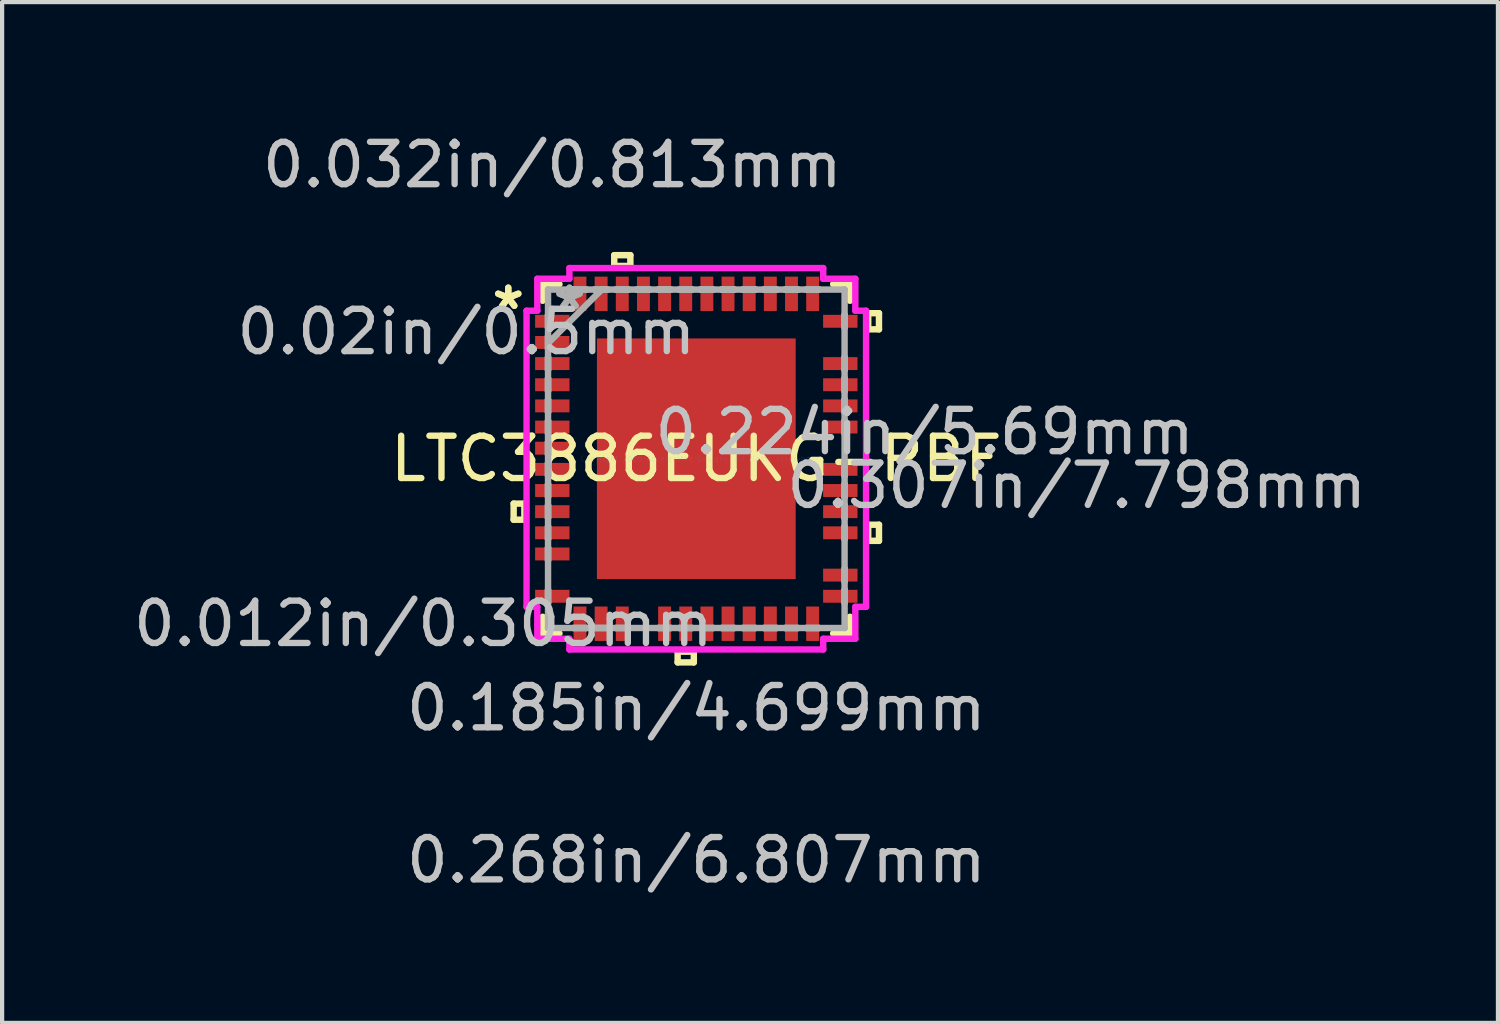
<source format=kicad_pcb>
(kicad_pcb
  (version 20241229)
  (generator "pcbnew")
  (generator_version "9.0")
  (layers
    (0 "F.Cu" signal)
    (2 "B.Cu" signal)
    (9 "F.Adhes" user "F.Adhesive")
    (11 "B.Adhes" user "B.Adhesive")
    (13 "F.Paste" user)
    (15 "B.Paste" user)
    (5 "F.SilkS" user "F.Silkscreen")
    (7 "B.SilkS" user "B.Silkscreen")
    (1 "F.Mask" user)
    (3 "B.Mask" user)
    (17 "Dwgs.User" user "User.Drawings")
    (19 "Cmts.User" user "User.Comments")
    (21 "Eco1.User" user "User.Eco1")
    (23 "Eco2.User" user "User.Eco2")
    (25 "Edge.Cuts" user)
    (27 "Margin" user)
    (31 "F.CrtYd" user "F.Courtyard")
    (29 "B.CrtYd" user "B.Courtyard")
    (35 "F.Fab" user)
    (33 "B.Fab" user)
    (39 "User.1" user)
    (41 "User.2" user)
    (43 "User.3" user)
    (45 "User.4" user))
  (footprint "LTC3886EUKG-PBF"
    (layer "F.Cu")
    (at 13.41 7.795)
    (property "Reference" "LTC3886EUKG-PBF" (at 0 0 0) (layer "F.SilkS") (effects (font (size 1 1) (thickness 0.15))))
    (attr through_hole)
    (fp_line (start -4.318 1.06) (end -4.318 1.44) (stroke (width 0.152) (type solid)) (layer "F.SilkS"))
    (fp_line (start -4.318 1.44) (end -4.064 1.44) (stroke (width 0.152) (type solid)) (layer "F.SilkS"))
    (fp_line (start -4.064 1.06) (end -4.318 1.06) (stroke (width 0.152) (type solid)) (layer "F.SilkS"))
    (fp_line (start -4.064 1.44) (end -4.064 1.06) (stroke (width 0.152) (type solid)) (layer "F.SilkS"))
    (fp_line (start -3.632 -4.128) (end -3.632 -3.735) (stroke (width 0.152) (type solid)) (layer "F.SilkS"))
    (fp_line (start -3.632 3.735) (end -3.632 4.128) (stroke (width 0.152) (type solid)) (layer "F.SilkS"))
    (fp_line (start -3.632 4.128) (end -3.235 4.128) (stroke (width 0.152) (type solid)) (layer "F.SilkS"))
    (fp_line (start -3.235 -4.128) (end -3.632 -4.128) (stroke (width 0.152) (type solid)) (layer "F.SilkS"))
    (fp_line (start -1.94 -4.813) (end -1.559 -4.813) (stroke (width 0.152) (type solid)) (layer "F.SilkS"))
    (fp_line (start -1.94 -4.559) (end -1.94 -4.813) (stroke (width 0.152) (type solid)) (layer "F.SilkS"))
    (fp_line (start -1.559 -4.813) (end -1.559 -4.559) (stroke (width 0.152) (type solid)) (layer "F.SilkS"))
    (fp_line (start -1.559 -4.559) (end -1.94 -4.559) (stroke (width 0.152) (type solid)) (layer "F.SilkS"))
    (fp_line (start -0.441 4.559) (end -0.441 4.813) (stroke (width 0.152) (type solid)) (layer "F.SilkS"))
    (fp_line (start -0.441 4.813) (end -0.059 4.813) (stroke (width 0.152) (type solid)) (layer "F.SilkS"))
    (fp_line (start -0.059 4.559) (end -0.441 4.559) (stroke (width 0.152) (type solid)) (layer "F.SilkS"))
    (fp_line (start -0.059 4.813) (end -0.059 4.559) (stroke (width 0.152) (type solid)) (layer "F.SilkS"))
    (fp_line (start 3.235 4.128) (end 3.632 4.128) (stroke (width 0.152) (type solid)) (layer "F.SilkS"))
    (fp_line (start 3.632 -4.128) (end 3.235 -4.128) (stroke (width 0.152) (type solid)) (layer "F.SilkS"))
    (fp_line (start 3.632 -3.735) (end 3.632 -4.128) (stroke (width 0.152) (type solid)) (layer "F.SilkS"))
    (fp_line (start 3.632 4.128) (end 3.632 3.735) (stroke (width 0.152) (type solid)) (layer "F.SilkS"))
    (fp_line (start 4.064 -3.441) (end 4.318 -3.441) (stroke (width 0.152) (type solid)) (layer "F.SilkS"))
    (fp_line (start 4.064 -3.06) (end 4.064 -3.441) (stroke (width 0.152) (type solid)) (layer "F.SilkS"))
    (fp_line (start 4.064 1.559) (end 4.318 1.559) (stroke (width 0.152) (type solid)) (layer "F.SilkS"))
    (fp_line (start 4.064 1.94) (end 4.064 1.559) (stroke (width 0.152) (type solid)) (layer "F.SilkS"))
    (fp_line (start 4.318 -3.441) (end 4.318 -3.06) (stroke (width 0.152) (type solid)) (layer "F.SilkS"))
    (fp_line (start 4.318 -3.06) (end 4.064 -3.06) (stroke (width 0.152) (type solid)) (layer "F.SilkS"))
    (fp_line (start 4.318 1.559) (end 4.318 1.94) (stroke (width 0.152) (type solid)) (layer "F.SilkS"))
    (fp_line (start 4.318 1.94) (end 4.064 1.94) (stroke (width 0.152) (type solid)) (layer "F.SilkS"))
    (fp_line (start -2.249 -2.745) (end -2.249 -1.522) (stroke (width 0.152) (type solid)) (layer "F.Paste"))
    (fp_line (start -2.249 -1.522) (end -0.883 -1.522) (stroke (width 0.152) (type solid)) (layer "F.Paste"))
    (fp_line (start -2.249 -1.322) (end -2.249 -0.1) (stroke (width 0.152) (type solid)) (layer "F.Paste"))
    (fp_line (start -2.249 -0.1) (end -0.883 -0.1) (stroke (width 0.152) (type solid)) (layer "F.Paste"))
    (fp_line (start -2.249 0.1) (end -2.249 1.322) (stroke (width 0.152) (type solid)) (layer "F.Paste"))
    (fp_line (start -2.249 1.322) (end -0.883 1.322) (stroke (width 0.152) (type solid)) (layer "F.Paste"))
    (fp_line (start -2.249 1.522) (end -2.249 2.745) (stroke (width 0.152) (type solid)) (layer "F.Paste"))
    (fp_line (start -2.249 2.745) (end -0.883 2.745) (stroke (width 0.152) (type solid)) (layer "F.Paste"))
    (fp_line (start -0.883 -2.745) (end -2.249 -2.745) (stroke (width 0.152) (type solid)) (layer "F.Paste"))
    (fp_line (start -0.883 -1.522) (end -0.883 -2.745) (stroke (width 0.152) (type solid)) (layer "F.Paste"))
    (fp_line (start -0.883 -1.322) (end -2.249 -1.322) (stroke (width 0.152) (type solid)) (layer "F.Paste"))
    (fp_line (start -0.883 -0.1) (end -0.883 -1.322) (stroke (width 0.152) (type solid)) (layer "F.Paste"))
    (fp_line (start -0.883 0.1) (end -2.249 0.1) (stroke (width 0.152) (type solid)) (layer "F.Paste"))
    (fp_line (start -0.883 1.322) (end -0.883 0.1) (stroke (width 0.152) (type solid)) (layer "F.Paste"))
    (fp_line (start -0.883 1.522) (end -2.249 1.522) (stroke (width 0.152) (type solid)) (layer "F.Paste"))
    (fp_line (start -0.883 2.745) (end -0.883 1.522) (stroke (width 0.152) (type solid)) (layer "F.Paste"))
    (fp_line (start -0.683 -2.745) (end -0.683 -1.522) (stroke (width 0.152) (type solid)) (layer "F.Paste"))
    (fp_line (start -0.683 -1.522) (end 0.683 -1.522) (stroke (width 0.152) (type solid)) (layer "F.Paste"))
    (fp_line (start -0.683 -1.322) (end -0.683 -0.1) (stroke (width 0.152) (type solid)) (layer "F.Paste"))
    (fp_line (start -0.683 -0.1) (end 0.683 -0.1) (stroke (width 0.152) (type solid)) (layer "F.Paste"))
    (fp_line (start -0.683 0.1) (end -0.683 1.322) (stroke (width 0.152) (type solid)) (layer "F.Paste"))
    (fp_line (start -0.683 1.322) (end 0.683 1.322) (stroke (width 0.152) (type solid)) (layer "F.Paste"))
    (fp_line (start -0.683 1.522) (end -0.683 2.745) (stroke (width 0.152) (type solid)) (layer "F.Paste"))
    (fp_line (start -0.683 2.745) (end 0.683 2.745) (stroke (width 0.152) (type solid)) (layer "F.Paste"))
    (fp_line (start 0.683 -2.745) (end -0.683 -2.745) (stroke (width 0.152) (type solid)) (layer "F.Paste"))
    (fp_line (start 0.683 -1.522) (end 0.683 -2.745) (stroke (width 0.152) (type solid)) (layer "F.Paste"))
    (fp_line (start 0.683 -1.322) (end -0.683 -1.322) (stroke (width 0.152) (type solid)) (layer "F.Paste"))
    (fp_line (start 0.683 -0.1) (end 0.683 -1.322) (stroke (width 0.152) (type solid)) (layer "F.Paste"))
    (fp_line (start 0.683 0.1) (end -0.683 0.1) (stroke (width 0.152) (type solid)) (layer "F.Paste"))
    (fp_line (start 0.683 1.322) (end 0.683 0.1) (stroke (width 0.152) (type solid)) (layer "F.Paste"))
    (fp_line (start 0.683 1.522) (end -0.683 1.522) (stroke (width 0.152) (type solid)) (layer "F.Paste"))
    (fp_line (start 0.683 2.745) (end 0.683 1.522) (stroke (width 0.152) (type solid)) (layer "F.Paste"))
    (fp_line (start 0.883 -2.745) (end 0.883 -1.522) (stroke (width 0.152) (type solid)) (layer "F.Paste"))
    (fp_line (start 0.883 -1.522) (end 2.249 -1.522) (stroke (width 0.152) (type solid)) (layer "F.Paste"))
    (fp_line (start 0.883 -1.322) (end 0.883 -0.1) (stroke (width 0.152) (type solid)) (layer "F.Paste"))
    (fp_line (start 0.883 -0.1) (end 2.249 -0.1) (stroke (width 0.152) (type solid)) (layer "F.Paste"))
    (fp_line (start 0.883 0.1) (end 0.883 1.322) (stroke (width 0.152) (type solid)) (layer "F.Paste"))
    (fp_line (start 0.883 1.322) (end 2.249 1.322) (stroke (width 0.152) (type solid)) (layer "F.Paste"))
    (fp_line (start 0.883 1.522) (end 0.883 2.745) (stroke (width 0.152) (type solid)) (layer "F.Paste"))
    (fp_line (start 0.883 2.745) (end 2.249 2.745) (stroke (width 0.152) (type solid)) (layer "F.Paste"))
    (fp_line (start 2.249 -2.745) (end 0.883 -2.745) (stroke (width 0.152) (type solid)) (layer "F.Paste"))
    (fp_line (start 2.249 -1.522) (end 2.249 -2.745) (stroke (width 0.152) (type solid)) (layer "F.Paste"))
    (fp_line (start 2.249 -1.322) (end 0.883 -1.322) (stroke (width 0.152) (type solid)) (layer "F.Paste"))
    (fp_line (start 2.249 -0.1) (end 2.249 -1.322) (stroke (width 0.152) (type solid)) (layer "F.Paste"))
    (fp_line (start 2.249 0.1) (end 0.883 0.1) (stroke (width 0.152) (type solid)) (layer "F.Paste"))
    (fp_line (start 2.249 1.322) (end 2.249 0.1) (stroke (width 0.152) (type solid)) (layer "F.Paste"))
    (fp_line (start 2.249 1.522) (end 0.883 1.522) (stroke (width 0.152) (type solid)) (layer "F.Paste"))
    (fp_line (start 2.249 2.745) (end 2.249 1.522) (stroke (width 0.152) (type solid)) (layer "F.Paste"))
    (fp_line (start -4.013 -3.5) (end -3.759 -3.5) (stroke (width 0.152) (type solid)) (layer "F.CrtYd"))
    (fp_line (start -4.013 3.5) (end -4.013 -3.5) (stroke (width 0.152) (type solid)) (layer "F.CrtYd"))
    (fp_line (start -3.759 -4.255) (end -3 -4.255) (stroke (width 0.152) (type solid)) (layer "F.CrtYd"))
    (fp_line (start -3.759 -3.5) (end -3.759 -4.255) (stroke (width 0.152) (type solid)) (layer "F.CrtYd"))
    (fp_line (start -3.759 3.5) (end -4.013 3.5) (stroke (width 0.152) (type solid)) (layer "F.CrtYd"))
    (fp_line (start -3.759 4.255) (end -3.759 3.5) (stroke (width 0.152) (type solid)) (layer "F.CrtYd"))
    (fp_line (start -3 -4.508) (end 3 -4.508) (stroke (width 0.152) (type solid)) (layer "F.CrtYd"))
    (fp_line (start -3 -4.255) (end -3 -4.508) (stroke (width 0.152) (type solid)) (layer "F.CrtYd"))
    (fp_line (start -3 4.255) (end -3.759 4.255) (stroke (width 0.152) (type solid)) (layer "F.CrtYd"))
    (fp_line (start -3 4.508) (end -3 4.255) (stroke (width 0.152) (type solid)) (layer "F.CrtYd"))
    (fp_line (start 3 -4.508) (end 3 -4.255) (stroke (width 0.152) (type solid)) (layer "F.CrtYd"))
    (fp_line (start 3 -4.255) (end 3.759 -4.255) (stroke (width 0.152) (type solid)) (layer "F.CrtYd"))
    (fp_line (start 3 4.255) (end 3 4.508) (stroke (width 0.152) (type solid)) (layer "F.CrtYd"))
    (fp_line (start 3 4.508) (end -3 4.508) (stroke (width 0.152) (type solid)) (layer "F.CrtYd"))
    (fp_line (start 3.759 -4.255) (end 3.759 -3.5) (stroke (width 0.152) (type solid)) (layer "F.CrtYd"))
    (fp_line (start 3.759 -3.5) (end 4.013 -3.5) (stroke (width 0.152) (type solid)) (layer "F.CrtYd"))
    (fp_line (start 3.759 3.5) (end 3.759 4.255) (stroke (width 0.152) (type solid)) (layer "F.CrtYd"))
    (fp_line (start 3.759 4.255) (end 3 4.255) (stroke (width 0.152) (type solid)) (layer "F.CrtYd"))
    (fp_line (start 4.013 -3.5) (end 4.013 3.5) (stroke (width 0.152) (type solid)) (layer "F.CrtYd"))
    (fp_line (start 4.013 3.5) (end 3.759 3.5) (stroke (width 0.152) (type solid)) (layer "F.CrtYd"))
    (fp_line (start -3.505 -4) (end -3.505 -4) (stroke (width 0.152) (type solid)) (layer "F.Fab"))
    (fp_line (start -3.505 -4) (end -3.505 4) (stroke (width 0.152) (type solid)) (layer "F.Fab"))
    (fp_line (start -3.505 -3.402) (end -3.505 -3.402) (stroke (width 0.152) (type solid)) (layer "F.Fab"))
    (fp_line (start -3.505 -3.402) (end -3.505 -3.098) (stroke (width 0.152) (type solid)) (layer "F.Fab"))
    (fp_line (start -3.505 -3.098) (end -3.505 -3.402) (stroke (width 0.152) (type solid)) (layer "F.Fab"))
    (fp_line (start -3.505 -3.098) (end -3.505 -3.098) (stroke (width 0.152) (type solid)) (layer "F.Fab"))
    (fp_line (start -3.505 -2.902) (end -3.505 -2.902) (stroke (width 0.152) (type solid)) (layer "F.Fab"))
    (fp_line (start -3.505 -2.902) (end -3.505 -2.598) (stroke (width 0.152) (type solid)) (layer "F.Fab"))
    (fp_line (start -3.505 -2.731) (end -2.235 -4) (stroke (width 0.152) (type solid)) (layer "F.Fab"))
    (fp_line (start -3.505 -2.598) (end -3.505 -2.902) (stroke (width 0.152) (type solid)) (layer "F.Fab"))
    (fp_line (start -3.505 -2.598) (end -3.505 -2.598) (stroke (width 0.152) (type solid)) (layer "F.Fab"))
    (fp_line (start -3.505 -2.402) (end -3.505 -2.402) (stroke (width 0.152) (type solid)) (layer "F.Fab"))
    (fp_line (start -3.505 -2.402) (end -3.505 -2.098) (stroke (width 0.152) (type solid)) (layer "F.Fab"))
    (fp_line (start -3.505 -2.098) (end -3.505 -2.402) (stroke (width 0.152) (type solid)) (layer "F.Fab"))
    (fp_line (start -3.505 -2.098) (end -3.505 -2.098) (stroke (width 0.152) (type solid)) (layer "F.Fab"))
    (fp_line (start -3.505 -1.902) (end -3.505 -1.902) (stroke (width 0.152) (type solid)) (layer "F.Fab"))
    (fp_line (start -3.505 -1.902) (end -3.505 -1.598) (stroke (width 0.152) (type solid)) (layer "F.Fab"))
    (fp_line (start -3.505 -1.598) (end -3.505 -1.902) (stroke (width 0.152) (type solid)) (layer "F.Fab"))
    (fp_line (start -3.505 -1.598) (end -3.505 -1.598) (stroke (width 0.152) (type solid)) (layer "F.Fab"))
    (fp_line (start -3.505 -1.402) (end -3.505 -1.402) (stroke (width 0.152) (type solid)) (layer "F.Fab"))
    (fp_line (start -3.505 -1.402) (end -3.505 -1.098) (stroke (width 0.152) (type solid)) (layer "F.Fab"))
    (fp_line (start -3.505 -1.098) (end -3.505 -1.402) (stroke (width 0.152) (type solid)) (layer "F.Fab"))
    (fp_line (start -3.505 -1.098) (end -3.505 -1.098) (stroke (width 0.152) (type solid)) (layer "F.Fab"))
    (fp_line (start -3.505 -0.902) (end -3.505 -0.902) (stroke (width 0.152) (type solid)) (layer "F.Fab"))
    (fp_line (start -3.505 -0.902) (end -3.505 -0.598) (stroke (width 0.152) (type solid)) (layer "F.Fab"))
    (fp_line (start -3.505 -0.598) (end -3.505 -0.902) (stroke (width 0.152) (type solid)) (layer "F.Fab"))
    (fp_line (start -3.505 -0.598) (end -3.505 -0.598) (stroke (width 0.152) (type solid)) (layer "F.Fab"))
    (fp_line (start -3.505 -0.402) (end -3.505 -0.402) (stroke (width 0.152) (type solid)) (layer "F.Fab"))
    (fp_line (start -3.505 -0.402) (end -3.505 -0.098) (stroke (width 0.152) (type solid)) (layer "F.Fab"))
    (fp_line (start -3.505 -0.098) (end -3.505 -0.402) (stroke (width 0.152) (type solid)) (layer "F.Fab"))
    (fp_line (start -3.505 -0.098) (end -3.505 -0.098) (stroke (width 0.152) (type solid)) (layer "F.Fab"))
    (fp_line (start -3.505 0.098) (end -3.505 0.098) (stroke (width 0.152) (type solid)) (layer "F.Fab"))
    (fp_line (start -3.505 0.098) (end -3.505 0.402) (stroke (width 0.152) (type solid)) (layer "F.Fab"))
    (fp_line (start -3.505 0.402) (end -3.505 0.098) (stroke (width 0.152) (type solid)) (layer "F.Fab"))
    (fp_line (start -3.505 0.402) (end -3.505 0.402) (stroke (width 0.152) (type solid)) (layer "F.Fab"))
    (fp_line (start -3.505 0.598) (end -3.505 0.598) (stroke (width 0.152) (type solid)) (layer "F.Fab"))
    (fp_line (start -3.505 0.598) (end -3.505 0.902) (stroke (width 0.152) (type solid)) (layer "F.Fab"))
    (fp_line (start -3.505 0.902) (end -3.505 0.598) (stroke (width 0.152) (type solid)) (layer "F.Fab"))
    (fp_line (start -3.505 0.902) (end -3.505 0.902) (stroke (width 0.152) (type solid)) (layer "F.Fab"))
    (fp_line (start -3.505 1.098) (end -3.505 1.098) (stroke (width 0.152) (type solid)) (layer "F.Fab"))
    (fp_line (start -3.505 1.098) (end -3.505 1.402) (stroke (width 0.152) (type solid)) (layer "F.Fab"))
    (fp_line (start -3.505 1.402) (end -3.505 1.098) (stroke (width 0.152) (type solid)) (layer "F.Fab"))
    (fp_line (start -3.505 1.402) (end -3.505 1.402) (stroke (width 0.152) (type solid)) (layer "F.Fab"))
    (fp_line (start -3.505 1.598) (end -3.505 1.598) (stroke (width 0.152) (type solid)) (layer "F.Fab"))
    (fp_line (start -3.505 1.598) (end -3.505 1.902) (stroke (width 0.152) (type solid)) (layer "F.Fab"))
    (fp_line (start -3.505 1.902) (end -3.505 1.598) (stroke (width 0.152) (type solid)) (layer "F.Fab"))
    (fp_line (start -3.505 1.902) (end -3.505 1.902) (stroke (width 0.152) (type solid)) (layer "F.Fab"))
    (fp_line (start -3.505 2.098) (end -3.505 2.098) (stroke (width 0.152) (type solid)) (layer "F.Fab"))
    (fp_line (start -3.505 2.098) (end -3.505 2.402) (stroke (width 0.152) (type solid)) (layer "F.Fab"))
    (fp_line (start -3.505 2.402) (end -3.505 2.098) (stroke (width 0.152) (type solid)) (layer "F.Fab"))
    (fp_line (start -3.505 2.402) (end -3.505 2.402) (stroke (width 0.152) (type solid)) (layer "F.Fab"))
    (fp_line (start -3.505 3.098) (end -3.505 3.098) (stroke (width 0.152) (type solid)) (layer "F.Fab"))
    (fp_line (start -3.505 3.098) (end -3.505 3.402) (stroke (width 0.152) (type solid)) (layer "F.Fab"))
    (fp_line (start -3.505 3.402) (end -3.505 3.098) (stroke (width 0.152) (type solid)) (layer "F.Fab"))
    (fp_line (start -3.505 3.402) (end -3.505 3.402) (stroke (width 0.152) (type solid)) (layer "F.Fab"))
    (fp_line (start -3.505 4) (end -3.505 4) (stroke (width 0.152) (type solid)) (layer "F.Fab"))
    (fp_line (start -3.505 4) (end 3.505 4) (stroke (width 0.152) (type solid)) (layer "F.Fab"))
    (fp_line (start -2.902 -4) (end -2.902 -4) (stroke (width 0.152) (type solid)) (layer "F.Fab"))
    (fp_line (start -2.902 -4) (end -2.598 -4) (stroke (width 0.152) (type solid)) (layer "F.Fab"))
    (fp_line (start -2.902 4) (end -2.902 4) (stroke (width 0.152) (type solid)) (layer "F.Fab"))
    (fp_line (start -2.902 4) (end -2.598 4) (stroke (width 0.152) (type solid)) (layer "F.Fab"))
    (fp_line (start -2.598 -4) (end -2.902 -4) (stroke (width 0.152) (type solid)) (layer "F.Fab"))
    (fp_line (start -2.598 -4) (end -2.598 -4) (stroke (width 0.152) (type solid)) (layer "F.Fab"))
    (fp_line (start -2.598 4) (end -2.902 4) (stroke (width 0.152) (type solid)) (layer "F.Fab"))
    (fp_line (start -2.598 4) (end -2.598 4) (stroke (width 0.152) (type solid)) (layer "F.Fab"))
    (fp_line (start -2.402 -4) (end -2.402 -4) (stroke (width 0.152) (type solid)) (layer "F.Fab"))
    (fp_line (start -2.402 -4) (end -2.098 -4) (stroke (width 0.152) (type solid)) (layer "F.Fab"))
    (fp_line (start -2.402 4) (end -2.402 4) (stroke (width 0.152) (type solid)) (layer "F.Fab"))
    (fp_line (start -2.402 4) (end -2.098 4) (stroke (width 0.152) (type solid)) (layer "F.Fab"))
    (fp_line (start -2.098 -4) (end -2.402 -4) (stroke (width 0.152) (type solid)) (layer "F.Fab"))
    (fp_line (start -2.098 -4) (end -2.098 -4) (stroke (width 0.152) (type solid)) (layer "F.Fab"))
    (fp_line (start -2.098 4) (end -2.402 4) (stroke (width 0.152) (type solid)) (layer "F.Fab"))
    (fp_line (start -2.098 4) (end -2.098 4) (stroke (width 0.152) (type solid)) (layer "F.Fab"))
    (fp_line (start -1.902 -4) (end -1.902 -4) (stroke (width 0.152) (type solid)) (layer "F.Fab"))
    (fp_line (start -1.902 -4) (end -1.598 -4) (stroke (width 0.152) (type solid)) (layer "F.Fab"))
    (fp_line (start -1.902 4) (end -1.902 4) (stroke (width 0.152) (type solid)) (layer "F.Fab"))
    (fp_line (start -1.902 4) (end -1.598 4) (stroke (width 0.152) (type solid)) (layer "F.Fab"))
    (fp_line (start -1.598 -4) (end -1.902 -4) (stroke (width 0.152) (type solid)) (layer "F.Fab"))
    (fp_line (start -1.598 -4) (end -1.598 -4) (stroke (width 0.152) (type solid)) (layer "F.Fab"))
    (fp_line (start -1.598 4) (end -1.902 4) (stroke (width 0.152) (type solid)) (layer "F.Fab"))
    (fp_line (start -1.598 4) (end -1.598 4) (stroke (width 0.152) (type solid)) (layer "F.Fab"))
    (fp_line (start -1.402 -4) (end -1.402 -4) (stroke (width 0.152) (type solid)) (layer "F.Fab"))
    (fp_line (start -1.402 -4) (end -1.098 -4) (stroke (width 0.152) (type solid)) (layer "F.Fab"))
    (fp_line (start -1.098 -4) (end -1.402 -4) (stroke (width 0.152) (type solid)) (layer "F.Fab"))
    (fp_line (start -1.098 -4) (end -1.098 -4) (stroke (width 0.152) (type solid)) (layer "F.Fab"))
    (fp_line (start -0.902 -4) (end -0.902 -4) (stroke (width 0.152) (type solid)) (layer "F.Fab"))
    (fp_line (start -0.902 -4) (end -0.598 -4) (stroke (width 0.152) (type solid)) (layer "F.Fab"))
    (fp_line (start -0.902 4) (end -0.902 4) (stroke (width 0.152) (type solid)) (layer "F.Fab"))
    (fp_line (start -0.902 4) (end -0.598 4) (stroke (width 0.152) (type solid)) (layer "F.Fab"))
    (fp_line (start -0.598 -4) (end -0.902 -4) (stroke (width 0.152) (type solid)) (layer "F.Fab"))
    (fp_line (start -0.598 -4) (end -0.598 -4) (stroke (width 0.152) (type solid)) (layer "F.Fab"))
    (fp_line (start -0.598 4) (end -0.902 4) (stroke (width 0.152) (type solid)) (layer "F.Fab"))
    (fp_line (start -0.598 4) (end -0.598 4) (stroke (width 0.152) (type solid)) (layer "F.Fab"))
    (fp_line (start -0.402 -4) (end -0.402 -4) (stroke (width 0.152) (type solid)) (layer "F.Fab"))
    (fp_line (start -0.402 -4) (end -0.098 -4) (stroke (width 0.152) (type solid)) (layer "F.Fab"))
    (fp_line (start -0.402 4) (end -0.402 4) (stroke (width 0.152) (type solid)) (layer "F.Fab"))
    (fp_line (start -0.402 4) (end -0.098 4) (stroke (width 0.152) (type solid)) (layer "F.Fab"))
    (fp_line (start -0.098 -4) (end -0.402 -4) (stroke (width 0.152) (type solid)) (layer "F.Fab"))
    (fp_line (start -0.098 -4) (end -0.098 -4) (stroke (width 0.152) (type solid)) (layer "F.Fab"))
    (fp_line (start -0.098 4) (end -0.402 4) (stroke (width 0.152) (type solid)) (layer "F.Fab"))
    (fp_line (start -0.098 4) (end -0.098 4) (stroke (width 0.152) (type solid)) (layer "F.Fab"))
    (fp_line (start 0.098 -4) (end 0.098 -4) (stroke (width 0.152) (type solid)) (layer "F.Fab"))
    (fp_line (start 0.098 -4) (end 0.402 -4) (stroke (width 0.152) (type solid)) (layer "F.Fab"))
    (fp_line (start 0.098 4) (end 0.098 4) (stroke (width 0.152) (type solid)) (layer "F.Fab"))
    (fp_line (start 0.098 4) (end 0.402 4) (stroke (width 0.152) (type solid)) (layer "F.Fab"))
    (fp_line (start 0.402 -4) (end 0.098 -4) (stroke (width 0.152) (type solid)) (layer "F.Fab"))
    (fp_line (start 0.402 -4) (end 0.402 -4) (stroke (width 0.152) (type solid)) (layer "F.Fab"))
    (fp_line (start 0.402 4) (end 0.098 4) (stroke (width 0.152) (type solid)) (layer "F.Fab"))
    (fp_line (start 0.402 4) (end 0.402 4) (stroke (width 0.152) (type solid)) (layer "F.Fab"))
    (fp_line (start 0.598 -4) (end 0.598 -4) (stroke (width 0.152) (type solid)) (layer "F.Fab"))
    (fp_line (start 0.598 -4) (end 0.902 -4) (stroke (width 0.152) (type solid)) (layer "F.Fab"))
    (fp_line (start 0.598 4) (end 0.598 4) (stroke (width 0.152) (type solid)) (layer "F.Fab"))
    (fp_line (start 0.598 4) (end 0.902 4) (stroke (width 0.152) (type solid)) (layer "F.Fab"))
    (fp_line (start 0.902 -4) (end 0.598 -4) (stroke (width 0.152) (type solid)) (layer "F.Fab"))
    (fp_line (start 0.902 -4) (end 0.902 -4) (stroke (width 0.152) (type solid)) (layer "F.Fab"))
    (fp_line (start 0.902 4) (end 0.598 4) (stroke (width 0.152) (type solid)) (layer "F.Fab"))
    (fp_line (start 0.902 4) (end 0.902 4) (stroke (width 0.152) (type solid)) (layer "F.Fab"))
    (fp_line (start 1.098 -4) (end 1.098 -4) (stroke (width 0.152) (type solid)) (layer "F.Fab"))
    (fp_line (start 1.098 -4) (end 1.402 -4) (stroke (width 0.152) (type solid)) (layer "F.Fab"))
    (fp_line (start 1.098 4) (end 1.098 4) (stroke (width 0.152) (type solid)) (layer "F.Fab"))
    (fp_line (start 1.098 4) (end 1.402 4) (stroke (width 0.152) (type solid)) (layer "F.Fab"))
    (fp_line (start 1.402 -4) (end 1.098 -4) (stroke (width 0.152) (type solid)) (layer "F.Fab"))
    (fp_line (start 1.402 -4) (end 1.402 -4) (stroke (width 0.152) (type solid)) (layer "F.Fab"))
    (fp_line (start 1.402 4) (end 1.098 4) (stroke (width 0.152) (type solid)) (layer "F.Fab"))
    (fp_line (start 1.402 4) (end 1.402 4) (stroke (width 0.152) (type solid)) (layer "F.Fab"))
    (fp_line (start 1.598 -4) (end 1.598 -4) (stroke (width 0.152) (type solid)) (layer "F.Fab"))
    (fp_line (start 1.598 -4) (end 1.902 -4) (stroke (width 0.152) (type solid)) (layer "F.Fab"))
    (fp_line (start 1.598 4) (end 1.598 4) (stroke (width 0.152) (type solid)) (layer "F.Fab"))
    (fp_line (start 1.598 4) (end 1.902 4) (stroke (width 0.152) (type solid)) (layer "F.Fab"))
    (fp_line (start 1.902 -4) (end 1.598 -4) (stroke (width 0.152) (type solid)) (layer "F.Fab"))
    (fp_line (start 1.902 -4) (end 1.902 -4) (stroke (width 0.152) (type solid)) (layer "F.Fab"))
    (fp_line (start 1.902 4) (end 1.598 4) (stroke (width 0.152) (type solid)) (layer "F.Fab"))
    (fp_line (start 1.902 4) (end 1.902 4) (stroke (width 0.152) (type solid)) (layer "F.Fab"))
    (fp_line (start 2.098 -4) (end 2.098 -4) (stroke (width 0.152) (type solid)) (layer "F.Fab"))
    (fp_line (start 2.098 -4) (end 2.402 -4) (stroke (width 0.152) (type solid)) (layer "F.Fab"))
    (fp_line (start 2.098 4) (end 2.098 4) (stroke (width 0.152) (type solid)) (layer "F.Fab"))
    (fp_line (start 2.098 4) (end 2.402 4) (stroke (width 0.152) (type solid)) (layer "F.Fab"))
    (fp_line (start 2.402 -4) (end 2.098 -4) (stroke (width 0.152) (type solid)) (layer "F.Fab"))
    (fp_line (start 2.402 -4) (end 2.402 -4) (stroke (width 0.152) (type solid)) (layer "F.Fab"))
    (fp_line (start 2.402 4) (end 2.098 4) (stroke (width 0.152) (type solid)) (layer "F.Fab"))
    (fp_line (start 2.402 4) (end 2.402 4) (stroke (width 0.152) (type solid)) (layer "F.Fab"))
    (fp_line (start 2.598 -4) (end 2.598 -4) (stroke (width 0.152) (type solid)) (layer "F.Fab"))
    (fp_line (start 2.598 -4) (end 2.902 -4) (stroke (width 0.152) (type solid)) (layer "F.Fab"))
    (fp_line (start 2.598 4) (end 2.598 4) (stroke (width 0.152) (type solid)) (layer "F.Fab"))
    (fp_line (start 2.598 4) (end 2.902 4) (stroke (width 0.152) (type solid)) (layer "F.Fab"))
    (fp_line (start 2.902 -4) (end 2.598 -4) (stroke (width 0.152) (type solid)) (layer "F.Fab"))
    (fp_line (start 2.902 -4) (end 2.902 -4) (stroke (width 0.152) (type solid)) (layer "F.Fab"))
    (fp_line (start 2.902 4) (end 2.598 4) (stroke (width 0.152) (type solid)) (layer "F.Fab"))
    (fp_line (start 2.902 4) (end 2.902 4) (stroke (width 0.152) (type solid)) (layer "F.Fab"))
    (fp_line (start 3.505 -4) (end -3.505 -4) (stroke (width 0.152) (type solid)) (layer "F.Fab"))
    (fp_line (start 3.505 -4) (end 3.505 -4) (stroke (width 0.152) (type solid)) (layer "F.Fab"))
    (fp_line (start 3.505 -3.402) (end 3.505 -3.402) (stroke (width 0.152) (type solid)) (layer "F.Fab"))
    (fp_line (start 3.505 -3.402) (end 3.505 -3.098) (stroke (width 0.152) (type solid)) (layer "F.Fab"))
    (fp_line (start 3.505 -3.098) (end 3.505 -3.402) (stroke (width 0.152) (type solid)) (layer "F.Fab"))
    (fp_line (start 3.505 -3.098) (end 3.505 -3.098) (stroke (width 0.152) (type solid)) (layer "F.Fab"))
    (fp_line (start 3.505 -2.402) (end 3.505 -2.402) (stroke (width 0.152) (type solid)) (layer "F.Fab"))
    (fp_line (start 3.505 -2.402) (end 3.505 -2.098) (stroke (width 0.152) (type solid)) (layer "F.Fab"))
    (fp_line (start 3.505 -2.098) (end 3.505 -2.402) (stroke (width 0.152) (type solid)) (layer "F.Fab"))
    (fp_line (start 3.505 -2.098) (end 3.505 -2.098) (stroke (width 0.152) (type solid)) (layer "F.Fab"))
    (fp_line (start 3.505 -1.902) (end 3.505 -1.902) (stroke (width 0.152) (type solid)) (layer "F.Fab"))
    (fp_line (start 3.505 -1.902) (end 3.505 -1.598) (stroke (width 0.152) (type solid)) (layer "F.Fab"))
    (fp_line (start 3.505 -1.598) (end 3.505 -1.902) (stroke (width 0.152) (type solid)) (layer "F.Fab"))
    (fp_line (start 3.505 -1.598) (end 3.505 -1.598) (stroke (width 0.152) (type solid)) (layer "F.Fab"))
    (fp_line (start 3.505 -1.402) (end 3.505 -1.402) (stroke (width 0.152) (type solid)) (layer "F.Fab"))
    (fp_line (start 3.505 -1.402) (end 3.505 -1.098) (stroke (width 0.152) (type solid)) (layer "F.Fab"))
    (fp_line (start 3.505 -1.098) (end 3.505 -1.402) (stroke (width 0.152) (type solid)) (layer "F.Fab"))
    (fp_line (start 3.505 -1.098) (end 3.505 -1.098) (stroke (width 0.152) (type solid)) (layer "F.Fab"))
    (fp_line (start 3.505 -0.902) (end 3.505 -0.902) (stroke (width 0.152) (type solid)) (layer "F.Fab"))
    (fp_line (start 3.505 -0.902) (end 3.505 -0.598) (stroke (width 0.152) (type solid)) (layer "F.Fab"))
    (fp_line (start 3.505 -0.598) (end 3.505 -0.902) (stroke (width 0.152) (type solid)) (layer "F.Fab"))
    (fp_line (start 3.505 -0.598) (end 3.505 -0.598) (stroke (width 0.152) (type solid)) (layer "F.Fab"))
    (fp_line (start 3.505 0.098) (end 3.505 0.098) (stroke (width 0.152) (type solid)) (layer "F.Fab"))
    (fp_line (start 3.505 0.098) (end 3.505 0.402) (stroke (width 0.152) (type solid)) (layer "F.Fab"))
    (fp_line (start 3.505 0.402) (end 3.505 0.098) (stroke (width 0.152) (type solid)) (layer "F.Fab"))
    (fp_line (start 3.505 0.402) (end 3.505 0.402) (stroke (width 0.152) (type solid)) (layer "F.Fab"))
    (fp_line (start 3.505 0.598) (end 3.505 0.598) (stroke (width 0.152) (type solid)) (layer "F.Fab"))
    (fp_line (start 3.505 0.598) (end 3.505 0.902) (stroke (width 0.152) (type solid)) (layer "F.Fab"))
    (fp_line (start 3.505 0.902) (end 3.505 0.598) (stroke (width 0.152) (type solid)) (layer "F.Fab"))
    (fp_line (start 3.505 0.902) (end 3.505 0.902) (stroke (width 0.152) (type solid)) (layer "F.Fab"))
    (fp_line (start 3.505 1.098) (end 3.505 1.098) (stroke (width 0.152) (type solid)) (layer "F.Fab"))
    (fp_line (start 3.505 1.098) (end 3.505 1.402) (stroke (width 0.152) (type solid)) (layer "F.Fab"))
    (fp_line (start 3.505 1.402) (end 3.505 1.098) (stroke (width 0.152) (type solid)) (layer "F.Fab"))
    (fp_line (start 3.505 1.402) (end 3.505 1.402) (stroke (width 0.152) (type solid)) (layer "F.Fab"))
    (fp_line (start 3.505 1.598) (end 3.505 1.598) (stroke (width 0.152) (type solid)) (layer "F.Fab"))
    (fp_line (start 3.505 1.598) (end 3.505 1.902) (stroke (width 0.152) (type solid)) (layer "F.Fab"))
    (fp_line (start 3.505 1.902) (end 3.505 1.598) (stroke (width 0.152) (type solid)) (layer "F.Fab"))
    (fp_line (start 3.505 1.902) (end 3.505 1.902) (stroke (width 0.152) (type solid)) (layer "F.Fab"))
    (fp_line (start 3.505 2.598) (end 3.505 2.598) (stroke (width 0.152) (type solid)) (layer "F.Fab"))
    (fp_line (start 3.505 2.598) (end 3.505 2.902) (stroke (width 0.152) (type solid)) (layer "F.Fab"))
    (fp_line (start 3.505 2.902) (end 3.505 2.598) (stroke (width 0.152) (type solid)) (layer "F.Fab"))
    (fp_line (start 3.505 2.902) (end 3.505 2.902) (stroke (width 0.152) (type solid)) (layer "F.Fab"))
    (fp_line (start 3.505 3.098) (end 3.505 3.098) (stroke (width 0.152) (type solid)) (layer "F.Fab"))
    (fp_line (start 3.505 3.098) (end 3.505 3.402) (stroke (width 0.152) (type solid)) (layer "F.Fab"))
    (fp_line (start 3.505 3.402) (end 3.505 3.098) (stroke (width 0.152) (type solid)) (layer "F.Fab"))
    (fp_line (start 3.505 3.402) (end 3.505 3.402) (stroke (width 0.152) (type solid)) (layer "F.Fab"))
    (fp_line (start 3.505 4) (end 3.505 -4) (stroke (width 0.152) (type solid)) (layer "F.Fab"))
    (fp_line (start 3.505 4) (end 3.505 4) (stroke (width 0.152) (type solid)) (layer "F.Fab"))
    (fp_text user "*" (at -4.445 -3.5 0) (layer "F.SilkS") (effects (font (size 1 1) (thickness 0.15))))
    (fp_text user "*" (at -4.445 -3.5 0) (layer "F.SilkS") (effects (font (size 1 1) (thickness 0.15))))
    (fp_text user "0.185in/4.699mm" (at 0 5.893 0) (layer "Dwgs.User") (effects (font (size 1 1) (thickness 0.15))))
    (fp_text user "0.224in/5.69mm" (at 5.397 -0.635 0) (layer "Dwgs.User") (effects (font (size 1 1) (thickness 0.15))))
    (fp_text user "0.032in/0.813mm" (at -3.404 -6.947 0) (layer "Dwgs.User") (effects (font (size 1 1) (thickness 0.15))))
    (fp_text user "0.307in/7.798mm" (at 8.992 0.635 0) (layer "Dwgs.User") (effects (font (size 1 1) (thickness 0.15))))
    (fp_text user "0.02in/0.5mm" (at -5.436 -3 0) (layer "Dwgs.User") (effects (font (size 1 1) (thickness 0.15))))
    (fp_text user "0.268in/6.807mm" (at 0 9.487 0) (layer "Dwgs.User") (effects (font (size 1 1) (thickness 0.15))))
    (fp_text user "0.012in/0.305mm" (at -6.452 3.899 0) (layer "Dwgs.User") (effects (font (size 1 1) (thickness 0.15))))
    (fp_text user "Copyright 2016 Accelerated Designs. All rights reserved." (at 0 0 0) (layer "Cmts.User") (effects (font (size 0.127 0.127) (thickness 0.002))))
    (fp_text user "*" (at -2.997 -3.5 0) (layer "F.Fab") (effects (font (size 1 1) (thickness 0.15))))
    (fp_text user "*" (at -2.997 -3.5 0) (layer "F.Fab") (effects (font (size 1 1) (thickness 0.15))))
    (pad "1" smd rect (at -3.404 -3.25 90) (size 0.305 0.813) (layers "F.Cu" "F.Mask" "F.Paste"))
    (pad "2" smd rect (at -3.404 -2.75 90) (size 0.305 0.813) (layers "F.Cu" "F.Mask" "F.Paste"))
    (pad "3" smd rect (at -3.404 -2.25 90) (size 0.305 0.813) (layers "F.Cu" "F.Mask" "F.Paste"))
    (pad "4" smd rect (at -3.404 -1.75 90) (size 0.305 0.813) (layers "F.Cu" "F.Mask" "F.Paste"))
    (pad "5" smd rect (at -3.404 -1.25 90) (size 0.305 0.813) (layers "F.Cu" "F.Mask" "F.Paste"))
    (pad "6" smd rect (at -3.404 -0.75 90) (size 0.305 0.813) (layers "F.Cu" "F.Mask" "F.Paste"))
    (pad "7" smd rect (at -3.404 -0.25 90) (size 0.305 0.813) (layers "F.Cu" "F.Mask" "F.Paste"))
    (pad "8" smd rect (at -3.404 0.25 90) (size 0.305 0.813) (layers "F.Cu" "F.Mask" "F.Paste"))
    (pad "9" smd rect (at -3.404 0.75 90) (size 0.305 0.813) (layers "F.Cu" "F.Mask" "F.Paste"))
    (pad "10" smd rect (at -3.404 1.25 90) (size 0.305 0.813) (layers "F.Cu" "F.Mask" "F.Paste"))
    (pad "11" smd rect (at -3.404 1.75 90) (size 0.305 0.813) (layers "F.Cu" "F.Mask" "F.Paste"))
    (pad "12" smd rect (at -3.404 2.25 90) (size 0.305 0.813) (layers "F.Cu" "F.Mask" "F.Paste"))
    (pad "14" smd rect (at -3.404 3.25 90) (size 0.305 0.813) (layers "F.Cu" "F.Mask" "F.Paste"))
    (pad "15" smd rect (at -2.75 3.899) (size 0.305 0.813) (layers "F.Cu" "F.Mask" "F.Paste"))
    (pad "16" smd rect (at -2.25 3.899) (size 0.305 0.813) (layers "F.Cu" "F.Mask" "F.Paste"))
    (pad "17" smd rect (at -1.75 3.899) (size 0.305 0.813) (layers "F.Cu" "F.Mask" "F.Paste"))
    (pad "19" smd rect (at -0.75 3.899) (size 0.305 0.813) (layers "F.Cu" "F.Mask" "F.Paste"))
    (pad "20" smd rect (at -0.25 3.899) (size 0.305 0.813) (layers "F.Cu" "F.Mask" "F.Paste"))
    (pad "21" smd rect (at 0.25 3.899) (size 0.305 0.813) (layers "F.Cu" "F.Mask" "F.Paste"))
    (pad "22" smd rect (at 0.75 3.899) (size 0.305 0.813) (layers "F.Cu" "F.Mask" "F.Paste"))
    (pad "23" smd rect (at 1.25 3.899) (size 0.305 0.813) (layers "F.Cu" "F.Mask" "F.Paste"))
    (pad "24" smd rect (at 1.75 3.899) (size 0.305 0.813) (layers "F.Cu" "F.Mask" "F.Paste"))
    (pad "25" smd rect (at 2.25 3.899) (size 0.305 0.813) (layers "F.Cu" "F.Mask" "F.Paste"))
    (pad "26" smd rect (at 2.75 3.899) (size 0.305 0.813) (layers "F.Cu" "F.Mask" "F.Paste"))
    (pad "27" smd rect (at 3.404 3.25 90) (size 0.305 0.813) (layers "F.Cu" "F.Mask" "F.Paste"))
    (pad "28" smd rect (at 3.404 2.75 90) (size 0.305 0.813) (layers "F.Cu" "F.Mask" "F.Paste"))
    (pad "30" smd rect (at 3.404 1.75 90) (size 0.305 0.813) (layers "F.Cu" "F.Mask" "F.Paste"))
    (pad "31" smd rect (at 3.404 1.25 90) (size 0.305 0.813) (layers "F.Cu" "F.Mask" "F.Paste"))
    (pad "32" smd rect (at 3.404 0.75 90) (size 0.305 0.813) (layers "F.Cu" "F.Mask" "F.Paste"))
    (pad "33" smd rect (at 3.404 0.25 90) (size 0.305 0.813) (layers "F.Cu" "F.Mask" "F.Paste"))
    (pad "35" smd rect (at 3.404 -0.75 90) (size 0.305 0.813) (layers "F.Cu" "F.Mask" "F.Paste"))
    (pad "36" smd rect (at 3.404 -1.25 90) (size 0.305 0.813) (layers "F.Cu" "F.Mask" "F.Paste"))
    (pad "37" smd rect (at 3.404 -1.75 90) (size 0.305 0.813) (layers "F.Cu" "F.Mask" "F.Paste"))
    (pad "38" smd rect (at 3.404 -2.25 90) (size 0.305 0.813) (layers "F.Cu" "F.Mask" "F.Paste"))
    (pad "40" smd rect (at 3.404 -3.25 90) (size 0.305 0.813) (layers "F.Cu" "F.Mask" "F.Paste"))
    (pad "41" smd rect (at 2.75 -3.899) (size 0.305 0.813) (layers "F.Cu" "F.Mask" "F.Paste"))
    (pad "42" smd rect (at 2.25 -3.899) (size 0.305 0.813) (layers "F.Cu" "F.Mask" "F.Paste"))
    (pad "43" smd rect (at 1.75 -3.899) (size 0.305 0.813) (layers "F.Cu" "F.Mask" "F.Paste"))
    (pad "44" smd rect (at 1.25 -3.899) (size 0.305 0.813) (layers "F.Cu" "F.Mask" "F.Paste"))
    (pad "45" smd rect (at 0.75 -3.899) (size 0.305 0.813) (layers "F.Cu" "F.Mask" "F.Paste"))
    (pad "46" smd rect (at 0.25 -3.899) (size 0.305 0.813) (layers "F.Cu" "F.Mask" "F.Paste"))
    (pad "47" smd rect (at -0.25 -3.899) (size 0.305 0.813) (layers "F.Cu" "F.Mask" "F.Paste"))
    (pad "48" smd rect (at -0.75 -3.899) (size 0.305 0.813) (layers "F.Cu" "F.Mask" "F.Paste"))
    (pad "49" smd rect (at -1.25 -3.899) (size 0.305 0.813) (layers "F.Cu" "F.Mask" "F.Paste"))
    (pad "50" smd rect (at -1.75 -3.899) (size 0.305 0.813) (layers "F.Cu" "F.Mask" "F.Paste"))
    (pad "51" smd rect (at -2.25 -3.899) (size 0.305 0.813) (layers "F.Cu" "F.Mask" "F.Paste"))
    (pad "52" smd rect (at -2.75 -3.899) (size 0.305 0.813) (layers "F.Cu" "F.Mask" "F.Paste"))
    (pad "53" smd rect (at 0 0) (size 4.699 5.69) (layers "F.Cu" "F.Mask" "F.Paste")))
  (gr_rect
    (start -3 -3)
    (end 32.36 21.13)
    (stroke (width 0.1) (type default))
    (fill no)
    (layer "Edge.Cuts")))
</source>
